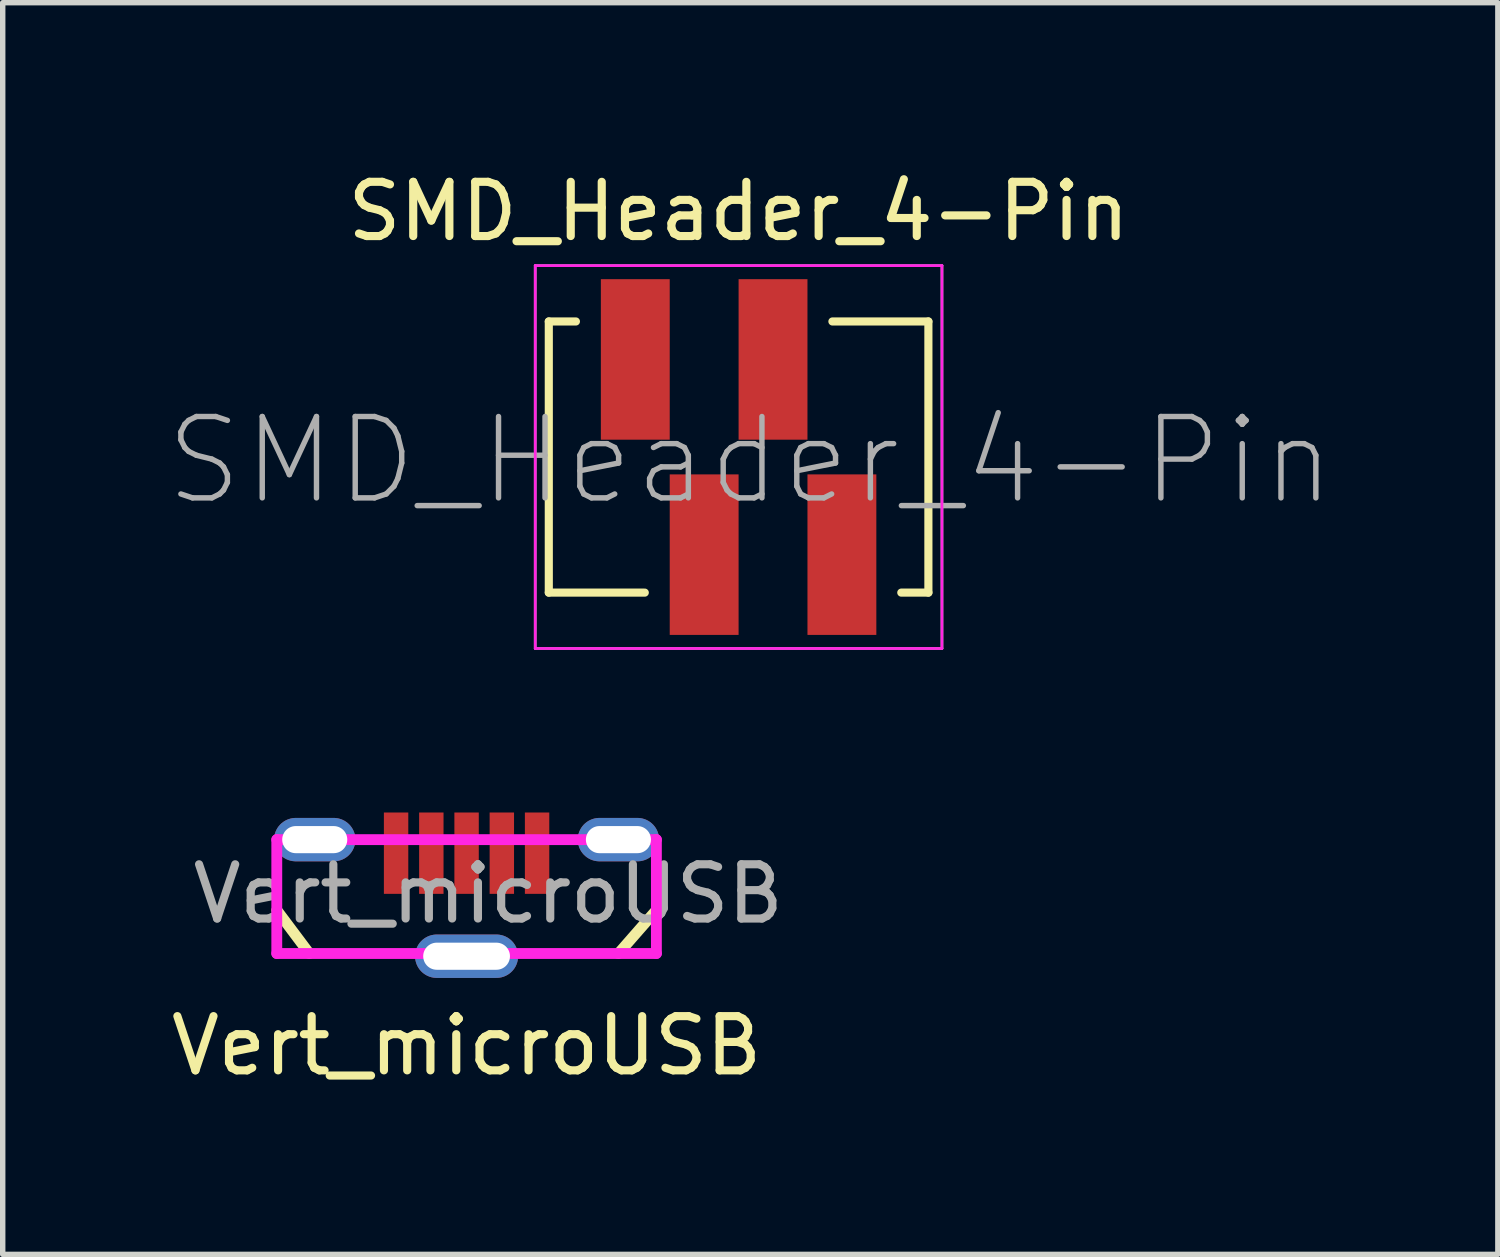
<source format=kicad_pcb>
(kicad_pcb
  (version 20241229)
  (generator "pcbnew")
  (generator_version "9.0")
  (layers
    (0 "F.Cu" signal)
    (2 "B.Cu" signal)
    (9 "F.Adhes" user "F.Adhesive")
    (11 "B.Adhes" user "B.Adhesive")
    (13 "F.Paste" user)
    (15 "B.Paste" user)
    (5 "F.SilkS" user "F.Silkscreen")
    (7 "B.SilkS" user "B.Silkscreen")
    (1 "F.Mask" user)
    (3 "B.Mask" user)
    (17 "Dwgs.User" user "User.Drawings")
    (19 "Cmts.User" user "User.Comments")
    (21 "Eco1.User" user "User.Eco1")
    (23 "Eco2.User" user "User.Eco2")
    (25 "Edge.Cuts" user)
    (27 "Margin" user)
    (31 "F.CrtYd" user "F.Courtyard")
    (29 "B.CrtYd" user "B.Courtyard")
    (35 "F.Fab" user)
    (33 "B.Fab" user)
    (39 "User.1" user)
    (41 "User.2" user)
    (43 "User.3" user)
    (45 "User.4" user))
  (footprint "Vert_microUSB"
    (layer "F.Cu")
    (at 5.554 12.433)
    (property "Reference" "Vert_microUSB" (at 0 3.8 0) (layer "F.SilkS") (effects (font (size 1 1) (thickness 0.15))))
    (attr through_hole)
    (fp_line (start -3.5 1.3) (end -2.9 2.1) (stroke (width 0.2) (type solid)) (layer "F.SilkS"))
    (fp_line (start 2.8 2.1) (end 3.5 1.3) (stroke (width 0.2) (type solid)) (layer "F.SilkS"))
    (fp_line (start -3.5 0) (end 3.5 0) (stroke (width 0.2) (type solid)) (layer "F.CrtYd"))
    (fp_line (start -3.5 2.1) (end -3.5 0) (stroke (width 0.2) (type solid)) (layer "F.CrtYd"))
    (fp_line (start 3.5 0) (end 3.5 2.1) (stroke (width 0.2) (type solid)) (layer "F.CrtYd"))
    (fp_line (start 3.5 2.1) (end -3.5 2.1) (stroke (width 0.2) (type solid)) (layer "F.CrtYd"))
    (fp_line (start -3.5 0) (end 3.5 0) (stroke (width 0.1) (type solid)) (layer "F.Fab"))
    (fp_line (start -3.5 2.1) (end -3.5 0) (stroke (width 0.1) (type solid)) (layer "F.Fab"))
    (fp_line (start 3.5 0) (end 3.5 2.1) (stroke (width 0.1) (type solid)) (layer "F.Fab"))
    (fp_line (start 3.5 2.1) (end -3.5 2.1) (stroke (width 0.1) (type solid)) (layer "F.Fab"))
    (fp_text user "${REFERENCE}" (at 0.4 1 0) (layer "F.Fab") (effects (font (size 1 1) (thickness 0.15))))
    (pad "" thru_hole oval (at -2.8 0) (size 1.5 0.8) (drill oval 1.2 0.5) (layers "*.Cu" "*.Mask"))
    (pad "" thru_hole oval (at 0 2.15) (size 1.9 0.8) (drill oval 1.6 0.5) (layers "*.Cu" "*.Mask"))
    (pad "" thru_hole oval (at 2.8 0) (size 1.5 0.8) (drill oval 1.2 0.5) (layers "*.Cu" "*.Mask"))
    (pad "1" smd rect (at -1.3 0.25) (size 0.45 1.5) (layers "F.Cu" "F.Mask" "F.Paste"))
    (pad "2" smd rect (at -0.65 0.25) (size 0.45 1.5) (layers "F.Cu" "F.Mask" "F.Paste"))
    (pad "3" smd rect (at 0 0.25) (size 0.45 1.5) (layers "F.Cu" "F.Mask" "F.Paste"))
    (pad "4" smd rect (at 0.65 0.25) (size 0.45 1.5) (layers "F.Cu" "F.Mask" "F.Paste"))
    (pad "5" smd rect (at 1.3 0.25) (size 0.45 1.5) (layers "F.Cu" "F.Mask" "F.Paste")))
  (footprint "SMD_Header_4-Pin"
    (layer "F.Cu")
    (at 10.57 5.378)
    (property "Reference" "SMD_Header_4-Pin" (at 0 -4.53 0) (layer "F.SilkS") (effects (font (size 1 1) (thickness 0.15))))
    (attr smd)
    (fp_line (start -3.5 2.5) (end -1.73 2.5) (stroke (width 0.15) (type solid)) (layer "F.SilkS"))
    (fp_line (start -3.5 -2.5) (end -3.5 2.5) (stroke (width 0.15) (type solid)) (layer "F.SilkS"))
    (fp_line (start -3 -2.5) (end -3.5 -2.5) (stroke (width 0.15) (type solid)) (layer "F.SilkS"))
    (fp_line (start 1.73 -2.5) (end 3.5 -2.5) (stroke (width 0.15) (type solid)) (layer "F.SilkS"))
    (fp_line (start 3.5 2.5) (end 3 2.5) (stroke (width 0.15) (type solid)) (layer "F.SilkS"))
    (fp_line (start 3.5 -2.5) (end 3.5 2.5) (stroke (width 0.15) (type solid)) (layer "F.SilkS"))
    (fp_line (start -3.75 3.53) (end -3.75 -3.53) (stroke (width 0.05) (type solid)) (layer "F.CrtYd"))
    (fp_line (start -3.75 -3.53) (end 3.75 -3.53) (stroke (width 0.05) (type solid)) (layer "F.CrtYd"))
    (fp_line (start 3.75 3.53) (end -3.75 3.53) (stroke (width 0.05) (type solid)) (layer "F.CrtYd"))
    (fp_line (start 3.75 -3.53) (end 3.75 3.53) (stroke (width 0.05) (type solid)) (layer "F.CrtYd"))
    (fp_line (start -3.75 3.53) (end -3.75 -3.53) (stroke (width 0.05) (type solid)) (layer "F.Fab"))
    (fp_line (start -3.75 -3.53) (end 3.75 -3.53) (stroke (width 0.05) (type solid)) (layer "F.Fab"))
    (fp_line (start 3.75 3.53) (end -3.75 3.53) (stroke (width 0.05) (type solid)) (layer "F.Fab"))
    (fp_line (start 3.75 -3.53) (end 3.75 3.53) (stroke (width 0.05) (type solid)) (layer "F.Fab"))
    (fp_text user "${REFERENCE}" (at 0.216 0.064 0) (layer "F.Fab") (effects (font (size 1.5 1.5) (thickness 0.1))))
    (pad "1" smd rect (at -1.905 -1.8) (size 1.27 2.96) (layers "F.Cu" "F.Mask" "F.Paste"))
    (pad "2" smd rect (at -0.635 1.8) (size 1.27 2.96) (layers "F.Cu" "F.Mask" "F.Paste"))
    (pad "3" smd rect (at 0.635 -1.8) (size 1.27 2.96) (layers "F.Cu" "F.Mask" "F.Paste"))
    (pad "4" smd rect (at 1.905 1.8) (size 1.27 2.96) (layers "F.Cu" "F.Mask" "F.Paste")))
  (gr_rect
    (start -3 -3)
    (end 24.571 20.081)
    (stroke (width 0.1) (type default))
    (fill no)
    (layer "Edge.Cuts")))
</source>
